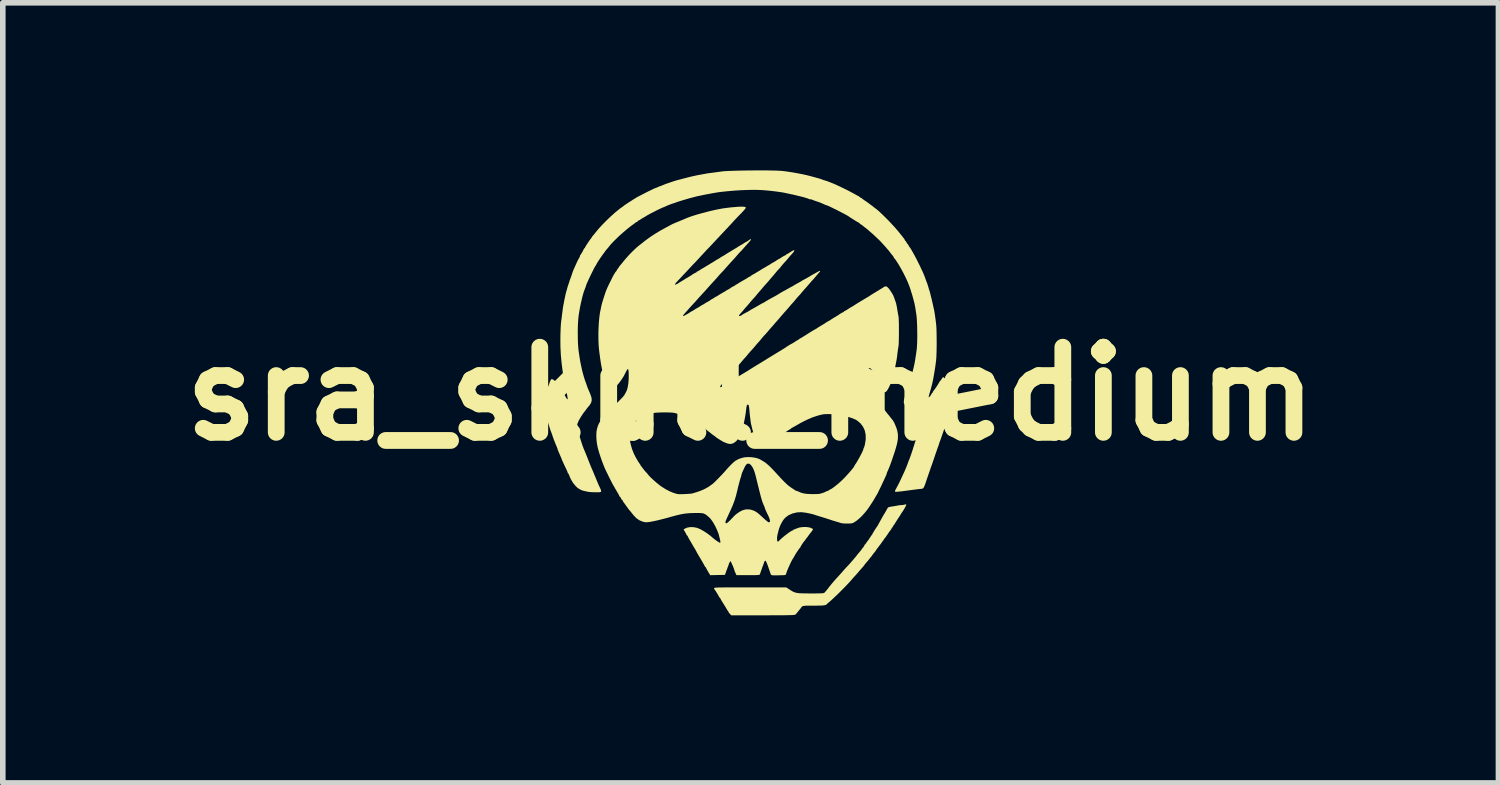
<source format=kicad_pcb>
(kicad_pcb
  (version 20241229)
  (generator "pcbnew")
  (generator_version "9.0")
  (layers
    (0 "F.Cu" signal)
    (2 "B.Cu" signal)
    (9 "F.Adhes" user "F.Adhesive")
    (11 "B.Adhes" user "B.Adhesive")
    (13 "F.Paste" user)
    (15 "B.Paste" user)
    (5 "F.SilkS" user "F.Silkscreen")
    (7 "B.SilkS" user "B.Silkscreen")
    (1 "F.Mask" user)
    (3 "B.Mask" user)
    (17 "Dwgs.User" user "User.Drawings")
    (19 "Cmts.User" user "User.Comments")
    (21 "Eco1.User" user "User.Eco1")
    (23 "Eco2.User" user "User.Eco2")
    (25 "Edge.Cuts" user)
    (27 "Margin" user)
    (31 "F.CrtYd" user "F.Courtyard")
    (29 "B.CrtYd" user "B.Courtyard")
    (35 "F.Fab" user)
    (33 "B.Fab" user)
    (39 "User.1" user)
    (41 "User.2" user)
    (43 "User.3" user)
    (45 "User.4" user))
  (footprint "sra_skull_medium"
    (layer "F.Cu")
    (at 10.385 3.999)
    (property "Reference" "sra_skull_medium" (at 0 0 0) (layer "F.SilkS") (effects (font (size 1.524 1.524) (thickness 0.3))))
    (attr board_only exclude_from_pos_files exclude_from_bom)
    (fp_poly (pts (xy 2.787 1.982) (xy 2.784 1.993) (xy 2.774 2.014) (xy 2.759 2.043) (xy 2.741 2.074) (xy 2.722 2.103) (xy 2.706 2.127) (xy 2.7 2.134) (xy 2.692 2.146) (xy 2.691 2.15) (xy 2.686 2.159) (xy 2.673 2.18) (xy 2.654 2.209) (xy 2.636 2.236) (xy 2.614 2.27) (xy 2.596 2.298) (xy 2.585 2.317) (xy 2.582 2.323) (xy 2.576 2.333) (xy 2.564 2.348) (xy 2.55 2.366) (xy 2.545 2.379) (xy 2.54 2.39) (xy 2.537 2.391) (xy 2.528 2.398) (xy 2.523 2.409) (xy 2.513 2.43) (xy 2.506 2.439) (xy 2.495 2.451) (xy 2.478 2.475) (xy 2.458 2.504) (xy 2.455 2.509) (xy 2.435 2.538) (xy 2.42 2.56) (xy 2.411 2.572) (xy 2.41 2.573) (xy 2.402 2.582) (xy 2.388 2.602) (xy 2.369 2.63) (xy 2.364 2.636) (xy 2.344 2.665) (xy 2.328 2.687) (xy 2.319 2.699) (xy 2.318 2.7) (xy 2.31 2.71) (xy 2.296 2.729) (xy 2.291 2.736) (xy 2.274 2.759) (xy 2.26 2.777) (xy 2.257 2.78) (xy 2.247 2.793) (xy 2.245 2.798) (xy 2.24 2.809) (xy 2.226 2.826) (xy 2.225 2.827) (xy 2.206 2.85) (xy 2.185 2.877) (xy 2.182 2.882) (xy 2.167 2.903) (xy 2.157 2.916) (xy 2.155 2.918) (xy 2.147 2.927) (xy 2.132 2.946) (xy 2.118 2.964) (xy 2.098 2.989) (xy 2.08 3.01) (xy 2.073 3.018) (xy 2.058 3.034) (xy 2.041 3.058) (xy 2.036 3.064) (xy 2.019 3.087) (xy 2.003 3.106) (xy 2 3.109) (xy 1.988 3.122) (xy 1.968 3.145) (xy 1.943 3.173) (xy 1.936 3.182) (xy 1.91 3.212) (xy 1.885 3.24) (xy 1.866 3.261) (xy 1.864 3.264) (xy 1.846 3.283) (xy 1.822 3.31) (xy 1.8 3.336) (xy 1.776 3.363) (xy 1.742 3.4) (xy 1.7 3.444) (xy 1.653 3.492) (xy 1.603 3.542) (xy 1.554 3.591) (xy 1.507 3.635) (xy 1.466 3.674) (xy 1.434 3.703) (xy 1.427 3.709) (xy 1.4 3.732) (xy 1.378 3.751) (xy 1.365 3.763) (xy 1.364 3.765) (xy 1.354 3.773) (xy 1.339 3.78) (xy 1.317 3.785) (xy 1.286 3.788) (xy 1.242 3.79) (xy 1.185 3.791) (xy 1.127 3.791) (xy 1.062 3.791) (xy 1.013 3.791) (xy 0.977 3.793) (xy 0.951 3.796) (xy 0.933 3.8) (xy 0.921 3.807) (xy 0.911 3.817) (xy 0.902 3.83) (xy 0.9 3.833) (xy 0.885 3.852) (xy 0.864 3.878) (xy 0.84 3.908) (xy 0.818 3.934) (xy 0.802 3.951) (xy 0.802 3.951) (xy 0.796 3.954) (xy 0.785 3.956) (xy 0.766 3.958) (xy 0.739 3.96) (xy 0.703 3.961) (xy 0.655 3.962) (xy 0.595 3.963) (xy 0.522 3.963) (xy 0.434 3.963) (xy 0.33 3.964) (xy 0.221 3.964) (xy -0.347 3.964) (xy -0.374 3.935) (xy -0.39 3.915) (xy -0.399 3.898) (xy -0.4 3.894) (xy -0.405 3.883) (xy -0.408 3.882) (xy -0.417 3.874) (xy -0.421 3.866) (xy -0.428 3.852) (xy -0.443 3.827) (xy -0.463 3.794) (xy -0.482 3.764) (xy -0.505 3.727) (xy -0.524 3.696) (xy -0.537 3.672) (xy -0.542 3.661) (xy -0.551 3.648) (xy -0.556 3.645) (xy -0.563 3.639) (xy -0.564 3.637) (xy -0.568 3.626) (xy -0.58 3.604) (xy -0.596 3.577) (xy -0.614 3.548) (xy -0.631 3.522) (xy -0.644 3.504) (xy -0.645 3.503) (xy -0.654 3.484) (xy -0.655 3.478) (xy -0.653 3.475) (xy -0.648 3.473) (xy -0.638 3.471) (xy -0.621 3.469) (xy -0.598 3.468) (xy -0.566 3.466) (xy -0.524 3.466) (xy -0.471 3.465) (xy -0.405 3.464) (xy -0.327 3.464) (xy -0.233 3.464) (xy -0.124 3.464) (xy -0.009 3.464) (xy 0.637 3.464) (xy 0.689 3.498) (xy 0.722 3.519) (xy 0.75 3.536) (xy 0.778 3.549) (xy 0.806 3.558) (xy 0.839 3.565) (xy 0.878 3.569) (xy 0.927 3.571) (xy 0.989 3.572) (xy 1.065 3.573) (xy 1.079 3.573) (xy 1.15 3.573) (xy 1.205 3.572) (xy 1.246 3.571) (xy 1.276 3.57) (xy 1.297 3.568) (xy 1.311 3.565) (xy 1.319 3.561) (xy 1.325 3.556) (xy 1.355 3.522) (xy 1.384 3.486) (xy 1.391 3.476) (xy 1.409 3.452) (xy 1.436 3.419) (xy 1.468 3.381) (xy 1.501 3.342) (xy 1.532 3.307) (xy 1.557 3.28) (xy 1.564 3.273) (xy 1.575 3.261) (xy 1.595 3.238) (xy 1.622 3.209) (xy 1.645 3.182) (xy 1.675 3.148) (xy 1.703 3.117) (xy 1.725 3.093) (xy 1.737 3.082) (xy 1.753 3.064) (xy 1.777 3.037) (xy 1.803 3.007) (xy 1.809 3) (xy 1.834 2.972) (xy 1.855 2.947) (xy 1.868 2.931) (xy 1.871 2.929) (xy 1.883 2.914) (xy 1.9 2.892) (xy 1.907 2.883) (xy 1.925 2.86) (xy 1.942 2.841) (xy 1.946 2.836) (xy 1.96 2.82) (xy 1.978 2.797) (xy 1.982 2.791) (xy 2 2.766) (xy 2.017 2.745) (xy 2.02 2.741) (xy 2.033 2.724) (xy 2.036 2.712) (xy 2.041 2.701) (xy 2.043 2.7) (xy 2.052 2.693) (xy 2.065 2.676) (xy 2.067 2.673) (xy 2.081 2.651) (xy 2.093 2.635) (xy 2.094 2.634) (xy 2.105 2.621) (xy 2.121 2.597) (xy 2.134 2.577) (xy 2.151 2.551) (xy 2.166 2.53) (xy 2.172 2.521) (xy 2.181 2.509) (xy 2.182 2.505) (xy 2.186 2.496) (xy 2.198 2.476) (xy 2.214 2.45) (xy 2.231 2.423) (xy 2.247 2.398) (xy 2.259 2.381) (xy 2.262 2.377) (xy 2.268 2.369) (xy 2.278 2.352) (xy 2.293 2.324) (xy 2.315 2.285) (xy 2.344 2.232) (xy 2.356 2.211) (xy 2.373 2.18) (xy 2.39 2.152) (xy 2.4 2.136) (xy 2.413 2.115) (xy 2.429 2.086) (xy 2.437 2.071) (xy 2.449 2.049) (xy 2.46 2.035) (xy 2.475 2.027) (xy 2.5 2.022) (xy 2.522 2.018) (xy 2.563 2.012) (xy 2.603 2.005) (xy 2.63 2) (xy 2.664 1.994) (xy 2.695 1.991) (xy 2.705 1.991) (xy 2.734 1.988) (xy 2.758 1.982) (xy 2.779 1.978)) (stroke (width 0) (type solid)) (fill yes) (layer "F.SilkS"))
    (fp_poly (pts (xy 0.279 -3.999) (xy 0.365 -3.997) (xy 0.443 -3.996) (xy 0.509 -3.993) (xy 0.562 -3.99) (xy 0.595 -3.986) (xy 0.683 -3.974) (xy 0.76 -3.962) (xy 0.833 -3.949) (xy 0.91 -3.934) (xy 0.986 -3.918) (xy 1.014 -3.911) (xy 1.05 -3.902) (xy 1.089 -3.892) (xy 1.091 -3.891) (xy 1.133 -3.88) (xy 1.175 -3.868) (xy 1.209 -3.859) (xy 1.24 -3.85) (xy 1.266 -3.841) (xy 1.277 -3.837) (xy 1.298 -3.829) (xy 1.326 -3.82) (xy 1.332 -3.818) (xy 1.36 -3.81) (xy 1.383 -3.802) (xy 1.386 -3.8) (xy 1.407 -3.792) (xy 1.434 -3.782) (xy 1.441 -3.779) (xy 1.481 -3.763) (xy 1.533 -3.74) (xy 1.592 -3.713) (xy 1.656 -3.682) (xy 1.72 -3.651) (xy 1.779 -3.62) (xy 1.83 -3.593) (xy 1.87 -3.571) (xy 1.87 -3.571) (xy 1.899 -3.554) (xy 1.923 -3.542) (xy 1.936 -3.536) (xy 1.936 -3.536) (xy 1.945 -3.53) (xy 1.945 -3.528) (xy 1.953 -3.519) (xy 1.964 -3.514) (xy 1.984 -3.503) (xy 1.993 -3.497) (xy 2.006 -3.486) (xy 2.029 -3.469) (xy 2.058 -3.449) (xy 2.064 -3.446) (xy 2.092 -3.426) (xy 2.114 -3.41) (xy 2.126 -3.401) (xy 2.127 -3.4) (xy 2.137 -3.392) (xy 2.156 -3.378) (xy 2.164 -3.373) (xy 2.184 -3.358) (xy 2.198 -3.347) (xy 2.2 -3.345) (xy 2.21 -3.337) (xy 2.227 -3.324) (xy 2.262 -3.298) (xy 2.305 -3.26) (xy 2.355 -3.213) (xy 2.41 -3.159) (xy 2.468 -3.101) (xy 2.524 -3.041) (xy 2.579 -2.982) (xy 2.628 -2.925) (xy 2.67 -2.874) (xy 2.681 -2.86) (xy 2.705 -2.83) (xy 2.725 -2.804) (xy 2.739 -2.787) (xy 2.742 -2.784) (xy 2.754 -2.766) (xy 2.759 -2.754) (xy 2.767 -2.74) (xy 2.772 -2.736) (xy 2.78 -2.729) (xy 2.79 -2.711) (xy 2.791 -2.709) (xy 2.801 -2.69) (xy 2.809 -2.682) (xy 2.81 -2.682) (xy 2.818 -2.674) (xy 2.823 -2.664) (xy 2.833 -2.643) (xy 2.839 -2.634) (xy 2.855 -2.614) (xy 2.877 -2.579) (xy 2.903 -2.533) (xy 2.933 -2.479) (xy 2.965 -2.419) (xy 2.997 -2.355) (xy 3.029 -2.291) (xy 3.058 -2.229) (xy 3.085 -2.172) (xy 3.106 -2.122) (xy 3.121 -2.082) (xy 3.123 -2.077) (xy 3.134 -2.045) (xy 3.145 -2.015) (xy 3.149 -2.005) (xy 3.16 -1.978) (xy 3.17 -1.946) (xy 3.173 -1.936) (xy 3.184 -1.9) (xy 3.195 -1.862) (xy 3.198 -1.855) (xy 3.208 -1.822) (xy 3.217 -1.79) (xy 3.218 -1.782) (xy 3.225 -1.754) (xy 3.234 -1.719) (xy 3.239 -1.7) (xy 3.248 -1.661) (xy 3.258 -1.617) (xy 3.263 -1.595) (xy 3.27 -1.56) (xy 3.278 -1.526) (xy 3.282 -1.509) (xy 3.287 -1.484) (xy 3.293 -1.448) (xy 3.299 -1.41) (xy 3.299 -1.409) (xy 3.305 -1.366) (xy 3.312 -1.315) (xy 3.318 -1.266) (xy 3.319 -1.259) (xy 3.323 -1.22) (xy 3.326 -1.167) (xy 3.328 -1.102) (xy 3.329 -1.029) (xy 3.33 -0.951) (xy 3.33 -0.872) (xy 3.329 -0.796) (xy 3.327 -0.725) (xy 3.325 -0.663) (xy 3.321 -0.613) (xy 3.319 -0.591) (xy 3.304 -0.478) (xy 3.287 -0.374) (xy 3.271 -0.281) (xy 3.255 -0.201) (xy 3.244 -0.159) (xy 3.236 -0.126) (xy 3.227 -0.094) (xy 3.227 -0.091) (xy 3.219 -0.065) (xy 3.209 -0.03) (xy 3.2 -0.001) (xy 3.192 0.029) (xy 3.187 0.052) (xy 3.186 0.062) (xy 3.194 0.059) (xy 3.208 0.046) (xy 3.222 0.029) (xy 3.233 0.012) (xy 3.236 0.002) (xy 3.242 -0.008) (xy 3.245 -0.009) (xy 3.254 -0.017) (xy 3.259 -0.027) (xy 3.269 -0.048) (xy 3.276 -0.057) (xy 3.288 -0.072) (xy 3.306 -0.097) (xy 3.326 -0.126) (xy 3.346 -0.157) (xy 3.364 -0.186) (xy 3.377 -0.207) (xy 3.382 -0.218) (xy 3.387 -0.227) (xy 3.389 -0.228) (xy 3.397 -0.235) (xy 3.411 -0.253) (xy 3.418 -0.264) (xy 3.432 -0.285) (xy 3.443 -0.298) (xy 3.446 -0.3) (xy 3.459 -0.292) (xy 3.478 -0.271) (xy 3.499 -0.241) (xy 3.522 -0.204) (xy 3.542 -0.165) (xy 3.559 -0.128) (xy 3.568 -0.102) (xy 3.578 -0.066) (xy 3.589 -0.031) (xy 3.593 -0.015) (xy 3.597 0.008) (xy 3.601 0.045) (xy 3.603 0.088) (xy 3.603 0.121) (xy 3.603 0.156) (xy 3.602 0.184) (xy 3.6 0.209) (xy 3.595 0.235) (xy 3.587 0.265) (xy 3.576 0.302) (xy 3.56 0.351) (xy 3.543 0.4) (xy 3.508 0.504) (xy 3.478 0.592) (xy 3.453 0.665) (xy 3.433 0.724) (xy 3.417 0.77) (xy 3.405 0.804) (xy 3.397 0.827) (xy 3.392 0.84) (xy 3.391 0.841) (xy 3.383 0.861) (xy 3.375 0.889) (xy 3.373 0.895) (xy 3.364 0.923) (xy 3.356 0.946) (xy 3.354 0.95) (xy 3.348 0.966) (xy 3.338 0.995) (xy 3.325 1.032) (xy 3.314 1.064) (xy 3.297 1.114) (xy 3.277 1.173) (xy 3.257 1.231) (xy 3.246 1.264) (xy 3.228 1.312) (xy 3.208 1.371) (xy 3.186 1.434) (xy 3.166 1.493) (xy 3.162 1.505) (xy 3.141 1.567) (xy 3.125 1.614) (xy 3.112 1.648) (xy 3.101 1.672) (xy 3.09 1.687) (xy 3.078 1.695) (xy 3.063 1.7) (xy 3.044 1.702) (xy 3.029 1.703) (xy 2.986 1.708) (xy 2.937 1.714) (xy 2.905 1.718) (xy 2.832 1.728) (xy 2.756 1.738) (xy 2.684 1.747) (xy 2.639 1.751) (xy 2.605 1.754) (xy 2.587 1.751) (xy 2.583 1.74) (xy 2.592 1.719) (xy 2.601 1.703) (xy 2.628 1.652) (xy 2.659 1.592) (xy 2.691 1.525) (xy 2.723 1.456) (xy 2.754 1.389) (xy 2.78 1.328) (xy 2.801 1.276) (xy 2.809 1.255) (xy 2.823 1.214) (xy 2.836 1.182) (xy 2.844 1.164) (xy 2.854 1.137) (xy 2.868 1.097) (xy 2.885 1.047) (xy 2.904 0.99) (xy 2.922 0.931) (xy 2.941 0.872) (xy 2.957 0.818) (xy 2.97 0.772) (xy 2.973 0.758) (xy 2.991 0.684) (xy 3 0.625) (xy 3.002 0.577) (xy 2.996 0.537) (xy 2.983 0.505) (xy 2.983 0.505) (xy 2.964 0.474) (xy 2.945 0.445) (xy 2.928 0.421) (xy 2.918 0.409) (xy 2.91 0.399) (xy 2.896 0.38) (xy 2.891 0.373) (xy 2.876 0.352) (xy 2.866 0.338) (xy 2.864 0.336) (xy 2.856 0.327) (xy 2.842 0.308) (xy 2.836 0.3) (xy 2.822 0.279) (xy 2.811 0.266) (xy 2.809 0.264) (xy 2.791 0.244) (xy 2.771 0.215) (xy 2.753 0.186) (xy 2.743 0.162) (xy 2.742 0.158) (xy 2.742 0.134) (xy 2.748 0.098) (xy 2.76 0.054) (xy 2.776 0.006) (xy 2.794 -0.041) (xy 2.81 -0.075) (xy 2.817 -0.097) (xy 2.818 -0.107) (xy 2.821 -0.125) (xy 2.825 -0.131) (xy 2.83 -0.143) (xy 2.84 -0.172) (xy 2.852 -0.215) (xy 2.867 -0.271) (xy 2.878 -0.314) (xy 2.887 -0.35) (xy 2.896 -0.384) (xy 2.9 -0.402) (xy 2.909 -0.436) (xy 2.918 -0.47) (xy 2.918 -0.47) (xy 2.927 -0.512) (xy 2.937 -0.56) (xy 2.947 -0.619) (xy 2.958 -0.689) (xy 2.97 -0.775) (xy 2.973 -0.798) (xy 2.977 -0.842) (xy 2.98 -0.901) (xy 2.982 -0.969) (xy 2.983 -1.045) (xy 2.982 -1.123) (xy 2.981 -1.2) (xy 2.978 -1.272) (xy 2.975 -1.335) (xy 2.97 -1.386) (xy 2.969 -1.4) (xy 2.957 -1.477) (xy 2.948 -1.539) (xy 2.939 -1.586) (xy 2.932 -1.622) (xy 2.928 -1.636) (xy 2.921 -1.663) (xy 2.912 -1.698) (xy 2.905 -1.723) (xy 2.896 -1.756) (xy 2.887 -1.785) (xy 2.883 -1.8) (xy 2.875 -1.823) (xy 2.866 -1.853) (xy 2.863 -1.864) (xy 2.842 -1.925) (xy 2.813 -1.998) (xy 2.777 -2.077) (xy 2.736 -2.16) (xy 2.692 -2.241) (xy 2.648 -2.317) (xy 2.606 -2.382) (xy 2.59 -2.405) (xy 2.576 -2.421) (xy 2.571 -2.426) (xy 2.564 -2.436) (xy 2.564 -2.439) (xy 2.558 -2.453) (xy 2.544 -2.472) (xy 2.54 -2.477) (xy 2.518 -2.503) (xy 2.496 -2.532) (xy 2.492 -2.536) (xy 2.477 -2.557) (xy 2.466 -2.57) (xy 2.464 -2.573) (xy 2.456 -2.581) (xy 2.44 -2.6) (xy 2.418 -2.626) (xy 2.409 -2.636) (xy 2.315 -2.739) (xy 2.205 -2.843) (xy 2.182 -2.864) (xy 2.152 -2.89) (xy 2.125 -2.913) (xy 2.107 -2.929) (xy 2.102 -2.934) (xy 2.087 -2.947) (xy 2.065 -2.964) (xy 2.056 -2.971) (xy 2.033 -2.988) (xy 2.015 -3.003) (xy 2.011 -3.006) (xy 1.995 -3.019) (xy 1.973 -3.033) (xy 1.972 -3.033) (xy 1.954 -3.046) (xy 1.946 -3.056) (xy 1.945 -3.057) (xy 1.939 -3.063) (xy 1.937 -3.064) (xy 1.927 -3.068) (xy 1.905 -3.08) (xy 1.876 -3.098) (xy 1.842 -3.119) (xy 1.809 -3.14) (xy 1.778 -3.16) (xy 1.754 -3.176) (xy 1.75 -3.18) (xy 1.734 -3.189) (xy 1.706 -3.205) (xy 1.668 -3.225) (xy 1.624 -3.248) (xy 1.576 -3.273) (xy 1.527 -3.298) (xy 1.479 -3.321) (xy 1.437 -3.342) (xy 1.402 -3.358) (xy 1.378 -3.369) (xy 1.367 -3.373) (xy 1.353 -3.376) (xy 1.331 -3.385) (xy 1.331 -3.385) (xy 1.274 -3.411) (xy 1.218 -3.433) (xy 1.182 -3.445) (xy 1.149 -3.456) (xy 1.122 -3.466) (xy 1.107 -3.473) (xy 1.085 -3.48) (xy 1.07 -3.482) (xy 1.051 -3.484) (xy 1.042 -3.488) (xy 1.03 -3.494) (xy 1.002 -3.503) (xy 0.963 -3.515) (xy 0.915 -3.528) (xy 0.862 -3.541) (xy 0.805 -3.555) (xy 0.749 -3.568) (xy 0.727 -3.572) (xy 0.692 -3.58) (xy 0.653 -3.588) (xy 0.641 -3.591) (xy 0.577 -3.604) (xy 0.498 -3.616) (xy 0.405 -3.628) (xy 0.302 -3.639) (xy 0.219 -3.646) (xy 0.159 -3.649) (xy 0.085 -3.651) (xy 0.000025 -3.65) (xy -0.091 -3.648) (xy -0.185 -3.644) (xy -0.277 -3.638) (xy -0.363 -3.631) (xy -0.405 -3.627) (xy -0.449 -3.623) (xy -0.494 -3.618) (xy -0.532 -3.614) (xy -0.532 -3.614) (xy -0.572 -3.609) (xy -0.627 -3.6) (xy -0.69 -3.589) (xy -0.759 -3.576) (xy -0.828 -3.563) (xy -0.894 -3.549) (xy -0.953 -3.537) (xy -0.993 -3.527) (xy -1.057 -3.51) (xy -1.103 -3.498) (xy -1.127 -3.491) (xy -1.147 -3.485) (xy -1.178 -3.476) (xy -1.214 -3.465) (xy -1.218 -3.464) (xy -1.257 -3.452) (xy -1.294 -3.44) (xy -1.322 -3.431) (xy -1.323 -3.43) (xy -1.353 -3.419) (xy -1.39 -3.407) (xy -1.411 -3.4) (xy -1.45 -3.386) (xy -1.492 -3.369) (xy -1.513 -3.36) (xy -1.54 -3.347) (xy -1.56 -3.339) (xy -1.568 -3.336) (xy -1.579 -3.332) (xy -1.603 -3.321) (xy -1.636 -3.305) (xy -1.676 -3.286) (xy -1.719 -3.264) (xy -1.762 -3.242) (xy -1.803 -3.221) (xy -1.836 -3.202) (xy -1.861 -3.189) (xy -1.872 -3.181) (xy -1.873 -3.181) (xy -1.883 -3.174) (xy -1.903 -3.162) (xy -1.918 -3.154) (xy -1.944 -3.139) (xy -1.964 -3.126) (xy -1.971 -3.121) (xy -1.989 -3.109) (xy -2 -3.105) (xy -2.015 -3.097) (xy -2.018 -3.091) (xy -2.026 -3.082) (xy -2.036 -3.077) (xy -2.057 -3.067) (xy -2.066 -3.06) (xy -2.08 -3.048) (xy -2.102 -3.032) (xy -2.109 -3.027) (xy -2.126 -3.016) (xy -2.14 -3.005) (xy -2.154 -2.994) (xy -2.172 -2.98) (xy -2.197 -2.96) (xy -2.231 -2.932) (xy -2.253 -2.913) (xy -2.302 -2.871) (xy -2.353 -2.825) (xy -2.403 -2.777) (xy -2.449 -2.732) (xy -2.488 -2.691) (xy -2.517 -2.658) (xy -2.523 -2.65) (xy -2.542 -2.626) (xy -2.558 -2.606) (xy -2.564 -2.6) (xy -2.579 -2.583) (xy -2.601 -2.555) (xy -2.627 -2.519) (xy -2.656 -2.479) (xy -2.685 -2.438) (xy -2.712 -2.398) (xy -2.735 -2.362) (xy -2.753 -2.333) (xy -2.762 -2.315) (xy -2.764 -2.31) (xy -2.77 -2.299) (xy -2.771 -2.298) (xy -2.778 -2.289) (xy -2.791 -2.267) (xy -2.809 -2.233) (xy -2.829 -2.192) (xy -2.852 -2.146) (xy -2.875 -2.098) (xy -2.897 -2.052) (xy -2.916 -2.01) (xy -2.932 -1.974) (xy -2.942 -1.949) (xy -2.945 -1.937) (xy -2.949 -1.925) (xy -2.957 -1.902) (xy -2.964 -1.885) (xy -2.986 -1.826) (xy -3.007 -1.754) (xy -3.02 -1.7) (xy -3.028 -1.665) (xy -3.036 -1.629) (xy -3.038 -1.623) (xy -3.048 -1.576) (xy -3.058 -1.523) (xy -3.069 -1.46) (xy -3.079 -1.395) (xy -3.085 -1.336) (xy -3.09 -1.263) (xy -3.093 -1.181) (xy -3.094 -1.094) (xy -3.093 -1.005) (xy -3.091 -0.92) (xy -3.086 -0.843) (xy -3.08 -0.777) (xy -3.077 -0.755) (xy -3.067 -0.689) (xy -3.059 -0.638) (xy -3.053 -0.598) (xy -3.047 -0.567) (xy -3.042 -0.541) (xy -3.037 -0.518) (xy -3.037 -0.516) (xy -3.029 -0.48) (xy -3.021 -0.443) (xy -3.019 -0.434) (xy -3.01 -0.396) (xy -2.998 -0.352) (xy -2.985 -0.306) (xy -2.972 -0.264) (xy -2.961 -0.231) (xy -2.955 -0.214) (xy -2.947 -0.195) (xy -2.937 -0.166) (xy -2.932 -0.15) (xy -2.921 -0.118) (xy -2.909 -0.088) (xy -2.905 -0.077) (xy -2.895 -0.055) (xy -2.881 -0.023) (xy -2.868 0.009) (xy -2.848 0.066) (xy -2.844 0.116) (xy -2.856 0.162) (xy -2.884 0.206) (xy -2.898 0.223) (xy -2.921 0.249) (xy -2.943 0.279) (xy -2.945 0.282) (xy -2.96 0.303) (xy -2.971 0.316) (xy -2.973 0.318) (xy -2.983 0.331) (xy -3 0.355) (xy -3.021 0.386) (xy -3.043 0.421) (xy -3.063 0.456) (xy -3.08 0.485) (xy -3.081 0.489) (xy -3.1 0.535) (xy -3.109 0.581) (xy -3.108 0.621) (xy -3.101 0.643) (xy -3.095 0.658) (xy -3.085 0.686) (xy -3.073 0.723) (xy -3.063 0.755) (xy -3.05 0.798) (xy -3.037 0.839) (xy -3.027 0.871) (xy -3.022 0.886) (xy -3.01 0.923) (xy -2.993 0.968) (xy -2.974 1.015) (xy -2.959 1.05) (xy -2.951 1.069) (xy -2.939 1.1) (xy -2.923 1.14) (xy -2.906 1.184) (xy -2.905 1.186) (xy -2.887 1.231) (xy -2.871 1.271) (xy -2.858 1.304) (xy -2.849 1.324) (xy -2.849 1.325) (xy -2.822 1.387) (xy -2.799 1.442) (xy -2.797 1.448) (xy -2.783 1.48) (xy -2.766 1.522) (xy -2.747 1.567) (xy -2.731 1.606) (xy -2.73 1.609) (xy -2.718 1.636) (xy -2.702 1.67) (xy -2.693 1.689) (xy -2.679 1.721) (xy -2.675 1.742) (xy -2.682 1.755) (xy -2.703 1.761) (xy -2.739 1.762) (xy -2.761 1.762) (xy -2.802 1.761) (xy -2.839 1.76) (xy -2.867 1.758) (xy -2.873 1.758) (xy -2.905 1.754) (xy -2.941 1.747) (xy -2.977 1.739) (xy -3.005 1.732) (xy -3.018 1.727) (xy -3.036 1.719) (xy -3.059 1.708) (xy -3.097 1.684) (xy -3.136 1.646) (xy -3.175 1.598) (xy -3.208 1.545) (xy -3.218 1.526) (xy -3.234 1.492) (xy -3.246 1.463) (xy -3.254 1.443) (xy -3.255 1.439) (xy -3.26 1.428) (xy -3.264 1.427) (xy -3.272 1.42) (xy -3.273 1.416) (xy -3.276 1.402) (xy -3.286 1.378) (xy -3.299 1.35) (xy -3.318 1.31) (xy -3.337 1.269) (xy -3.355 1.231) (xy -3.369 1.199) (xy -3.379 1.177) (xy -3.382 1.168) (xy -3.383 1.164) (xy -3.386 1.154) (xy -3.394 1.137) (xy -3.406 1.11) (xy -3.423 1.07) (xy -3.435 1.043) (xy -3.446 1.017) (xy -3.453 0.997) (xy -3.455 0.991) (xy -3.458 0.978) (xy -3.467 0.955) (xy -3.472 0.943) (xy -3.49 0.901) (xy -3.51 0.85) (xy -3.53 0.798) (xy -3.546 0.752) (xy -3.551 0.736) (xy -3.561 0.708) (xy -3.57 0.683) (xy -3.573 0.677) (xy -3.581 0.656) (xy -3.59 0.629) (xy -3.59 0.627) (xy -3.599 0.599) (xy -3.61 0.565) (xy -3.615 0.55) (xy -3.65 0.43) (xy -3.674 0.321) (xy -3.688 0.223) (xy -3.691 0.151) (xy -3.69 0.097) (xy -3.687 0.053) (xy -3.68 0.014) (xy -3.669 -0.025) (xy -3.651 -0.07) (xy -3.628 -0.121) (xy -3.615 -0.152) (xy -3.605 -0.177) (xy -3.6 -0.191) (xy -3.6 -0.191) (xy -3.596 -0.206) (xy -3.592 -0.216) (xy -3.582 -0.238) (xy -3.578 -0.248) (xy -3.567 -0.262) (xy -3.547 -0.261) (xy -3.523 -0.248) (xy -3.503 -0.23) (xy -3.482 -0.205) (xy -3.455 -0.168) (xy -3.423 -0.123) (xy -3.39 -0.074) (xy -3.359 -0.024) (xy -3.33 0.022) (xy -3.318 0.043) (xy -3.299 0.075) (xy -3.286 0.093) (xy -3.278 0.098) (xy -3.274 0.088) (xy -3.277 0.063) (xy -3.284 0.023) (xy -3.296 -0.034) (xy -3.311 -0.095) (xy -3.319 -0.135) (xy -3.329 -0.188) (xy -3.34 -0.249) (xy -3.351 -0.312) (xy -3.36 -0.373) (xy -3.364 -0.4) (xy -3.384 -0.557) (xy -3.397 -0.702) (xy -3.404 -0.842) (xy -3.405 -0.982) (xy -3.404 -1.059) (xy -3.402 -1.119) (xy -3.4 -1.176) (xy -3.397 -1.228) (xy -3.394 -1.268) (xy -3.391 -1.295) (xy -3.391 -1.295) (xy -3.386 -1.33) (xy -3.38 -1.375) (xy -3.375 -1.422) (xy -3.373 -1.436) (xy -3.367 -1.48) (xy -3.362 -1.524) (xy -3.356 -1.559) (xy -3.355 -1.568) (xy -3.346 -1.614) (xy -3.337 -1.663) (xy -3.327 -1.712) (xy -3.317 -1.758) (xy -3.309 -1.795) (xy -3.302 -1.821) (xy -3.301 -1.827) (xy -3.293 -1.85) (xy -3.285 -1.881) (xy -3.282 -1.891) (xy -3.274 -1.92) (xy -3.266 -1.944) (xy -3.264 -1.95) (xy -3.257 -1.97) (xy -3.248 -1.998) (xy -3.246 -2.005) (xy -3.237 -2.032) (xy -3.229 -2.055) (xy -3.227 -2.059) (xy -3.22 -2.077) (xy -3.21 -2.106) (xy -3.2 -2.136) (xy -3.189 -2.169) (xy -3.179 -2.197) (xy -3.167 -2.226) (xy -3.151 -2.262) (xy -3.13 -2.309) (xy -3.116 -2.34) (xy -3.103 -2.368) (xy -3.097 -2.382) (xy -3.084 -2.407) (xy -3.071 -2.429) (xy -3.059 -2.45) (xy -3.055 -2.467) (xy -3.051 -2.481) (xy -3.048 -2.483) (xy -3.04 -2.493) (xy -3.027 -2.514) (xy -3.011 -2.541) (xy -2.995 -2.572) (xy -2.987 -2.589) (xy -2.977 -2.604) (xy -2.97 -2.609) (xy -2.964 -2.616) (xy -2.964 -2.619) (xy -2.959 -2.63) (xy -2.946 -2.652) (xy -2.928 -2.68) (xy -2.907 -2.711) (xy -2.887 -2.741) (xy -2.869 -2.766) (xy -2.857 -2.78) (xy -2.847 -2.794) (xy -2.845 -2.798) (xy -2.84 -2.809) (xy -2.827 -2.826) (xy -2.825 -2.828) (xy -2.807 -2.848) (xy -2.785 -2.876) (xy -2.773 -2.891) (xy -2.72 -2.955) (xy -2.656 -3.025) (xy -2.583 -3.099) (xy -2.507 -3.172) (xy -2.429 -3.242) (xy -2.355 -3.303) (xy -2.339 -3.315) (xy -2.316 -3.332) (xy -2.309 -3.336) (xy -2.288 -3.351) (xy -2.275 -3.361) (xy -2.273 -3.363) (xy -2.262 -3.372) (xy -2.24 -3.387) (xy -2.209 -3.408) (xy -2.172 -3.432) (xy -2.133 -3.457) (xy -2.096 -3.481) (xy -2.063 -3.501) (xy -2.039 -3.516) (xy -2.036 -3.517) (xy -2.008 -3.533) (xy -1.971 -3.552) (xy -1.928 -3.574) (xy -1.882 -3.598) (xy -1.836 -3.621) (xy -1.793 -3.642) (xy -1.755 -3.66) (xy -1.727 -3.674) (xy -1.71 -3.681) (xy -1.707 -3.682) (xy -1.695 -3.685) (xy -1.673 -3.695) (xy -1.661 -3.7) (xy -1.637 -3.711) (xy -1.62 -3.717) (xy -1.616 -3.718) (xy -1.604 -3.722) (xy -1.582 -3.731) (xy -1.57 -3.736) (xy -1.543 -3.747) (xy -1.503 -3.762) (xy -1.456 -3.778) (xy -1.407 -3.795) (xy -1.361 -3.81) (xy -1.322 -3.822) (xy -1.3 -3.828) (xy -1.278 -3.833) (xy -1.244 -3.842) (xy -1.203 -3.853) (xy -1.164 -3.863) (xy -1.091 -3.882) (xy -1.021 -3.898) (xy -0.946 -3.914) (xy -0.868 -3.928) (xy -0.836 -3.934) (xy -0.808 -3.939) (xy -0.795 -3.942) (xy -0.778 -3.945) (xy -0.748 -3.949) (xy -0.712 -3.954) (xy -0.705 -3.955) (xy -0.663 -3.96) (xy -0.612 -3.967) (xy -0.559 -3.974) (xy -0.532 -3.978) (xy -0.492 -3.983) (xy -0.436 -3.987) (xy -0.367 -3.99) (xy -0.287 -3.993) (xy -0.2 -3.995) (xy -0.106 -3.997) (xy -0.009 -3.998) (xy 0.089 -3.999) (xy 0.186 -3.999)) (stroke (width 0) (type solid)) (fill yes) (layer "F.SilkS"))
    (fp_poly (pts (xy -0.124 -3.349) (xy -0.097 -3.344) (xy -0.086 -3.336) (xy -0.089 -3.324) (xy -0.106 -3.301) (xy -0.136 -3.266) (xy -0.18 -3.22) (xy -0.2 -3.2) (xy -0.233 -3.166) (xy -0.268 -3.129) (xy -0.295 -3.1) (xy -0.315 -3.078) (xy -0.345 -3.045) (xy -0.382 -3.006) (xy -0.423 -2.961) (xy -0.466 -2.916) (xy -0.472 -2.909) (xy -0.516 -2.863) (xy -0.559 -2.817) (xy -0.599 -2.774) (xy -0.633 -2.738) (xy -0.657 -2.712) (xy -0.659 -2.71) (xy -0.689 -2.678) (xy -0.718 -2.647) (xy -0.741 -2.622) (xy -0.745 -2.618) (xy -0.762 -2.601) (xy -0.789 -2.573) (xy -0.822 -2.537) (xy -0.858 -2.498) (xy -0.882 -2.473) (xy -0.918 -2.433) (xy -0.952 -2.397) (xy -0.98 -2.366) (xy -1.001 -2.345) (xy -1.009 -2.336) (xy -1.023 -2.322) (xy -1.046 -2.298) (xy -1.077 -2.265) (xy -1.112 -2.227) (xy -1.145 -2.191) (xy -1.186 -2.148) (xy -1.227 -2.104) (xy -1.265 -2.064) (xy -1.296 -2.031) (xy -1.312 -2.014) (xy -1.339 -1.985) (xy -1.352 -1.965) (xy -1.352 -1.955) (xy -1.339 -1.956) (xy -1.32 -1.965) (xy -1.301 -1.975) (xy -1.291 -1.982) (xy -1.282 -1.988) (xy -1.26 -2.002) (xy -1.228 -2.021) (xy -1.19 -2.044) (xy -1.173 -2.055) (xy -1.132 -2.079) (xy -1.097 -2.1) (xy -1.071 -2.116) (xy -1.057 -2.125) (xy -1.055 -2.127) (xy -1.041 -2.137) (xy -1.019 -2.15) (xy -0.996 -2.163) (xy -0.98 -2.17) (xy -0.966 -2.178) (xy -0.964 -2.183) (xy -0.957 -2.191) (xy -0.954 -2.191) (xy -0.94 -2.196) (xy -0.92 -2.208) (xy -0.92 -2.208) (xy -0.896 -2.224) (xy -0.867 -2.241) (xy -0.858 -2.247) (xy -0.823 -2.267) (xy -0.784 -2.291) (xy -0.744 -2.315) (xy -0.706 -2.338) (xy -0.673 -2.358) (xy -0.649 -2.373) (xy -0.637 -2.381) (xy -0.636 -2.381) (xy -0.626 -2.388) (xy -0.606 -2.4) (xy -0.591 -2.408) (xy -0.567 -2.422) (xy -0.55 -2.432) (xy -0.545 -2.436) (xy -0.535 -2.444) (xy -0.523 -2.451) (xy -0.487 -2.471) (xy -0.465 -2.484) (xy -0.455 -2.491) (xy -0.455 -2.491) (xy -0.445 -2.497) (xy -0.424 -2.511) (xy -0.392 -2.53) (xy -0.353 -2.553) (xy -0.336 -2.564) (xy -0.296 -2.588) (xy -0.261 -2.609) (xy -0.235 -2.625) (xy -0.22 -2.635) (xy -0.218 -2.636) (xy -0.208 -2.643) (xy -0.188 -2.655) (xy -0.173 -2.663) (xy -0.148 -2.677) (xy -0.132 -2.687) (xy -0.127 -2.69) (xy -0.117 -2.698) (xy -0.102 -2.707) (xy -0.077 -2.721) (xy -0.061 -2.73) (xy -0.044 -2.74) (xy -0.036 -2.746) (xy -0.026 -2.754) (xy -0.011 -2.763) (xy 0.005 -2.769) (xy 0.008 -2.763) (xy -0.002 -2.746) (xy -0.026 -2.718) (xy -0.04 -2.703) (xy -0.068 -2.671) (xy -0.097 -2.639) (xy -0.119 -2.614) (xy -0.119 -2.614) (xy -0.145 -2.584) (xy -0.173 -2.554) (xy -0.182 -2.545) (xy -0.208 -2.518) (xy -0.233 -2.489) (xy -0.24 -2.482) (xy -0.256 -2.463) (xy -0.281 -2.434) (xy -0.312 -2.4) (xy -0.345 -2.364) (xy -0.345 -2.364) (xy -0.378 -2.328) (xy -0.409 -2.293) (xy -0.434 -2.265) (xy -0.451 -2.246) (xy -0.451 -2.246) (xy -0.473 -2.22) (xy -0.5 -2.191) (xy -0.514 -2.177) (xy -0.541 -2.148) (xy -0.569 -2.117) (xy -0.58 -2.104) (xy -0.604 -2.076) (xy -0.633 -2.044) (xy -0.648 -2.027) (xy -0.67 -2.004) (xy -0.699 -1.972) (xy -0.733 -1.934) (xy -0.764 -1.9) (xy -0.794 -1.866) (xy -0.821 -1.836) (xy -0.842 -1.813) (xy -0.854 -1.8) (xy -0.855 -1.8) (xy -0.866 -1.788) (xy -0.886 -1.765) (xy -0.913 -1.736) (xy -0.937 -1.709) (xy -0.966 -1.676) (xy -0.994 -1.645) (xy -1.016 -1.621) (xy -1.027 -1.609) (xy -1.043 -1.592) (xy -1.067 -1.566) (xy -1.095 -1.535) (xy -1.109 -1.519) (xy -1.137 -1.487) (xy -1.163 -1.458) (xy -1.182 -1.436) (xy -1.189 -1.429) (xy -1.204 -1.411) (xy -1.209 -1.396) (xy -1.205 -1.391) (xy -1.195 -1.395) (xy -1.176 -1.405) (xy -1.17 -1.408) (xy -1.143 -1.423) (xy -1.119 -1.437) (xy -1.117 -1.438) (xy -1.099 -1.449) (xy -1.091 -1.455) (xy -1.081 -1.462) (xy -1.06 -1.474) (xy -1.045 -1.482) (xy -1.021 -1.496) (xy -1.004 -1.506) (xy -1 -1.509) (xy -0.989 -1.517) (xy -0.975 -1.525) (xy -0.95 -1.539) (xy -0.934 -1.548) (xy -0.917 -1.558) (xy -0.909 -1.564) (xy -0.898 -1.571) (xy -0.884 -1.58) (xy -0.859 -1.594) (xy -0.843 -1.602) (xy -0.826 -1.613) (xy -0.818 -1.618) (xy -0.807 -1.626) (xy -0.795 -1.633) (xy -0.76 -1.652) (xy -0.739 -1.665) (xy -0.728 -1.672) (xy -0.727 -1.673) (xy -0.717 -1.68) (xy -0.697 -1.693) (xy -0.682 -1.701) (xy -0.658 -1.715) (xy -0.642 -1.726) (xy -0.638 -1.73) (xy -0.627 -1.736) (xy -0.626 -1.736) (xy -0.614 -1.741) (xy -0.593 -1.753) (xy -0.579 -1.762) (xy -0.546 -1.783) (xy -0.51 -1.804) (xy -0.5 -1.81) (xy -0.476 -1.823) (xy -0.459 -1.833) (xy -0.455 -1.836) (xy -0.444 -1.844) (xy -0.42 -1.858) (xy -0.386 -1.876) (xy -0.37 -1.886) (xy -0.364 -1.891) (xy -0.35 -1.901) (xy -0.327 -1.914) (xy -0.304 -1.927) (xy -0.289 -1.933) (xy -0.275 -1.941) (xy -0.273 -1.947) (xy -0.266 -1.954) (xy -0.263 -1.955) (xy -0.249 -1.959) (xy -0.229 -1.971) (xy -0.229 -1.972) (xy -0.204 -1.988) (xy -0.176 -2.005) (xy -0.17 -2.008) (xy -0.139 -2.026) (xy -0.106 -2.045) (xy -0.102 -2.047) (xy -0.074 -2.063) (xy -0.048 -2.08) (xy -0.044 -2.083) (xy -0.024 -2.095) (xy -0.01 -2.1) (xy -0.01 -2.1) (xy -0.000427 -2.105) (xy 0 -2.107) (xy 0.007 -2.114) (xy 0.026 -2.127) (xy 0.043 -2.136) (xy 0.068 -2.15) (xy 0.086 -2.16) (xy 0.091 -2.163) (xy 0.101 -2.17) (xy 0.122 -2.183) (xy 0.158 -2.203) (xy 0.159 -2.204) (xy 0.175 -2.214) (xy 0.182 -2.219) (xy 0.192 -2.226) (xy 0.212 -2.238) (xy 0.227 -2.246) (xy 0.252 -2.26) (xy 0.268 -2.27) (xy 0.273 -2.273) (xy 0.283 -2.279) (xy 0.303 -2.291) (xy 0.318 -2.299) (xy 0.342 -2.313) (xy 0.359 -2.323) (xy 0.364 -2.327) (xy 0.374 -2.335) (xy 0.389 -2.343) (xy 0.414 -2.357) (xy 0.43 -2.366) (xy 0.447 -2.376) (xy 0.455 -2.382) (xy 0.465 -2.389) (xy 0.485 -2.402) (xy 0.5 -2.41) (xy 0.524 -2.423) (xy 0.541 -2.433) (xy 0.545 -2.436) (xy 0.559 -2.446) (xy 0.582 -2.46) (xy 0.605 -2.472) (xy 0.62 -2.479) (xy 0.634 -2.487) (xy 0.636 -2.492) (xy 0.643 -2.5) (xy 0.646 -2.5) (xy 0.66 -2.505) (xy 0.68 -2.517) (xy 0.68 -2.517) (xy 0.702 -2.531) (xy 0.727 -2.547) (xy 0.752 -2.561) (xy 0.771 -2.57) (xy 0.778 -2.573) (xy 0.783 -2.567) (xy 0.777 -2.551) (xy 0.761 -2.529) (xy 0.748 -2.513) (xy 0.723 -2.486) (xy 0.694 -2.453) (xy 0.673 -2.427) (xy 0.647 -2.396) (xy 0.62 -2.366) (xy 0.601 -2.346) (xy 0.577 -2.318) (xy 0.552 -2.289) (xy 0.547 -2.282) (xy 0.526 -2.255) (xy 0.504 -2.231) (xy 0.5 -2.227) (xy 0.481 -2.207) (xy 0.458 -2.18) (xy 0.443 -2.162) (xy 0.422 -2.137) (xy 0.405 -2.116) (xy 0.397 -2.107) (xy 0.386 -2.095) (xy 0.367 -2.073) (xy 0.344 -2.045) (xy 0.336 -2.036) (xy 0.312 -2.007) (xy 0.29 -1.983) (xy 0.275 -1.966) (xy 0.273 -1.964) (xy 0.261 -1.951) (xy 0.241 -1.928) (xy 0.217 -1.9) (xy 0.209 -1.891) (xy 0.185 -1.862) (xy 0.164 -1.838) (xy 0.151 -1.823) (xy 0.148 -1.82) (xy 0.137 -1.807) (xy 0.118 -1.785) (xy 0.103 -1.766) (xy 0.08 -1.738) (xy 0.057 -1.712) (xy 0.045 -1.7) (xy 0.027 -1.68) (xy 0.004 -1.653) (xy -0.013 -1.633) (xy -0.035 -1.606) (xy -0.056 -1.582) (xy -0.067 -1.569) (xy -0.083 -1.552) (xy -0.105 -1.527) (xy -0.127 -1.5) (xy -0.151 -1.471) (xy -0.174 -1.446) (xy -0.189 -1.429) (xy -0.206 -1.407) (xy -0.208 -1.394) (xy -0.196 -1.392) (xy -0.172 -1.401) (xy -0.17 -1.402) (xy -0.153 -1.413) (xy -0.145 -1.418) (xy -0.136 -1.425) (xy -0.114 -1.437) (xy -0.085 -1.452) (xy -0.082 -1.454) (xy -0.052 -1.47) (xy -0.03 -1.482) (xy -0.019 -1.49) (xy -0.018 -1.49) (xy -0.008 -1.497) (xy 0.012 -1.509) (xy 0.023 -1.515) (xy 0.088 -1.551) (xy 0.15 -1.587) (xy 0.171 -1.599) (xy 0.197 -1.614) (xy 0.216 -1.624) (xy 0.224 -1.627) (xy 0.234 -1.632) (xy 0.252 -1.643) (xy 0.253 -1.644) (xy 0.274 -1.657) (xy 0.304 -1.675) (xy 0.332 -1.691) (xy 0.37 -1.712) (xy 0.411 -1.734) (xy 0.436 -1.748) (xy 0.467 -1.765) (xy 0.495 -1.782) (xy 0.509 -1.791) (xy 0.53 -1.804) (xy 0.559 -1.821) (xy 0.582 -1.834) (xy 0.616 -1.852) (xy 0.65 -1.871) (xy 0.668 -1.881) (xy 0.701 -1.9) (xy 0.735 -1.918) (xy 0.741 -1.921) (xy 0.764 -1.934) (xy 0.779 -1.943) (xy 0.782 -1.945) (xy 0.787 -1.949) (xy 0.801 -1.957) (xy 0.824 -1.97) (xy 0.859 -1.989) (xy 0.886 -2.004) (xy 0.903 -2.013) (xy 0.909 -2.018) (xy 0.919 -2.025) (xy 0.94 -2.036) (xy 0.95 -2.042) (xy 0.986 -2.061) (xy 1.02 -2.08) (xy 1.048 -2.096) (xy 1.066 -2.107) (xy 1.068 -2.109) (xy 1.081 -2.116) (xy 1.104 -2.13) (xy 1.127 -2.143) (xy 1.161 -2.161) (xy 1.194 -2.18) (xy 1.211 -2.189) (xy 1.234 -2.2) (xy 1.245 -2.2) (xy 1.242 -2.19) (xy 1.234 -2.18) (xy 1.223 -2.168) (xy 1.204 -2.146) (xy 1.18 -2.118) (xy 1.173 -2.109) (xy 1.148 -2.08) (xy 1.127 -2.055) (xy 1.112 -2.039) (xy 1.109 -2.036) (xy 1.097 -2.023) (xy 1.077 -2) (xy 1.053 -1.972) (xy 1.046 -1.964) (xy 1.021 -1.935) (xy 0.999 -1.91) (xy 0.985 -1.893) (xy 0.982 -1.891) (xy 0.97 -1.878) (xy 0.95 -1.855) (xy 0.926 -1.827) (xy 0.918 -1.818) (xy 0.894 -1.789) (xy 0.872 -1.764) (xy 0.857 -1.748) (xy 0.855 -1.745) (xy 0.842 -1.732) (xy 0.822 -1.709) (xy 0.8 -1.682) (xy 0.778 -1.655) (xy 0.758 -1.632) (xy 0.745 -1.618) (xy 0.733 -1.605) (xy 0.713 -1.582) (xy 0.689 -1.554) (xy 0.682 -1.545) (xy 0.657 -1.516) (xy 0.635 -1.492) (xy 0.621 -1.475) (xy 0.618 -1.473) (xy 0.606 -1.46) (xy 0.586 -1.437) (xy 0.562 -1.409) (xy 0.554 -1.4) (xy 0.531 -1.373) (xy 0.513 -1.351) (xy 0.501 -1.338) (xy 0.5 -1.336) (xy 0.492 -1.328) (xy 0.476 -1.309) (xy 0.453 -1.283) (xy 0.436 -1.264) (xy 0.411 -1.234) (xy 0.39 -1.21) (xy 0.376 -1.195) (xy 0.372 -1.191) (xy 0.365 -1.182) (xy 0.348 -1.163) (xy 0.326 -1.137) (xy 0.318 -1.127) (xy 0.292 -1.097) (xy 0.267 -1.069) (xy 0.248 -1.049) (xy 0.245 -1.046) (xy 0.227 -1.026) (xy 0.204 -0.999) (xy 0.187 -0.978) (xy 0.165 -0.951) (xy 0.144 -0.927) (xy 0.133 -0.915) (xy 0.117 -0.898) (xy 0.095 -0.872) (xy 0.073 -0.845) (xy 0.048 -0.816) (xy 0.025 -0.79) (xy 0.009 -0.773) (xy -0.009 -0.753) (xy -0.033 -0.726) (xy -0.049 -0.706) (xy -0.072 -0.678) (xy -0.093 -0.654) (xy -0.104 -0.642) (xy -0.119 -0.626) (xy -0.141 -0.6) (xy -0.166 -0.571) (xy -0.172 -0.563) (xy -0.197 -0.534) (xy -0.219 -0.51) (xy -0.234 -0.493) (xy -0.236 -0.491) (xy -0.249 -0.477) (xy -0.269 -0.454) (xy -0.291 -0.427) (xy -0.315 -0.398) (xy -0.339 -0.372) (xy -0.355 -0.355) (xy -0.372 -0.336) (xy -0.396 -0.309) (xy -0.418 -0.282) (xy -0.448 -0.247) (xy -0.48 -0.21) (xy -0.502 -0.187) (xy -0.53 -0.155) (xy -0.544 -0.132) (xy -0.545 -0.12) (xy -0.533 -0.12) (xy -0.508 -0.131) (xy -0.488 -0.144) (xy -0.462 -0.161) (xy -0.426 -0.183) (xy -0.389 -0.205) (xy -0.382 -0.209) (xy -0.351 -0.228) (xy -0.326 -0.243) (xy -0.311 -0.253) (xy -0.309 -0.255) (xy -0.3 -0.261) (xy -0.278 -0.275) (xy -0.247 -0.294) (xy -0.21 -0.317) (xy -0.169 -0.341) (xy -0.129 -0.365) (xy -0.091 -0.388) (xy -0.087 -0.39) (xy -0.059 -0.407) (xy -0.034 -0.423) (xy -0.027 -0.427) (xy -0.011 -0.438) (xy 0.017 -0.455) (xy 0.053 -0.478) (xy 0.094 -0.503) (xy 0.1 -0.507) (xy 0.152 -0.538) (xy 0.212 -0.575) (xy 0.27 -0.61) (xy 0.309 -0.635) (xy 0.36 -0.666) (xy 0.419 -0.702) (xy 0.478 -0.738) (xy 0.523 -0.765) (xy 0.562 -0.789) (xy 0.596 -0.81) (xy 0.621 -0.826) (xy 0.635 -0.835) (xy 0.636 -0.836) (xy 0.646 -0.844) (xy 0.666 -0.856) (xy 0.691 -0.872) (xy 0.715 -0.886) (xy 0.734 -0.896) (xy 0.742 -0.9) (xy 0.751 -0.905) (xy 0.771 -0.917) (xy 0.798 -0.935) (xy 0.8 -0.936) (xy 0.828 -0.954) (xy 0.85 -0.967) (xy 0.863 -0.973) (xy 0.863 -0.973) (xy 0.872 -0.979) (xy 0.873 -0.982) (xy 0.88 -0.991) (xy 0.882 -0.991) (xy 0.894 -0.995) (xy 0.916 -1.007) (xy 0.941 -1.023) (xy 0.978 -1.046) (xy 1.019 -1.072) (xy 1.042 -1.087) (xy 1.073 -1.107) (xy 1.104 -1.125) (xy 1.122 -1.136) (xy 1.149 -1.151) (xy 1.173 -1.164) (xy 1.174 -1.165) (xy 1.191 -1.176) (xy 1.2 -1.182) (xy 1.209 -1.189) (xy 1.231 -1.202) (xy 1.26 -1.22) (xy 1.273 -1.227) (xy 1.304 -1.246) (xy 1.329 -1.261) (xy 1.343 -1.271) (xy 1.345 -1.272) (xy 1.356 -1.28) (xy 1.37 -1.289) (xy 1.396 -1.303) (xy 1.411 -1.311) (xy 1.429 -1.322) (xy 1.436 -1.328) (xy 1.446 -1.334) (xy 1.467 -1.347) (xy 1.496 -1.365) (xy 1.509 -1.373) (xy 1.54 -1.391) (xy 1.565 -1.407) (xy 1.58 -1.416) (xy 1.582 -1.418) (xy 1.595 -1.428) (xy 1.617 -1.441) (xy 1.641 -1.454) (xy 1.657 -1.461) (xy 1.67 -1.469) (xy 1.673 -1.474) (xy 1.68 -1.482) (xy 1.682 -1.482) (xy 1.694 -1.487) (xy 1.716 -1.499) (xy 1.744 -1.517) (xy 1.745 -1.518) (xy 1.773 -1.536) (xy 1.794 -1.549) (xy 1.804 -1.555) (xy 1.805 -1.555) (xy 1.814 -1.559) (xy 1.835 -1.572) (xy 1.861 -1.589) (xy 1.862 -1.589) (xy 1.889 -1.607) (xy 1.928 -1.631) (xy 1.972 -1.658) (xy 2.019 -1.686) (xy 2.027 -1.691) (xy 2.068 -1.715) (xy 2.103 -1.736) (xy 2.129 -1.752) (xy 2.144 -1.762) (xy 2.145 -1.763) (xy 2.156 -1.771) (xy 2.173 -1.781) (xy 2.191 -1.792) (xy 2.219 -1.809) (xy 2.253 -1.83) (xy 2.264 -1.836) (xy 2.298 -1.857) (xy 2.328 -1.876) (xy 2.35 -1.889) (xy 2.355 -1.892) (xy 2.373 -1.903) (xy 2.382 -1.91) (xy 2.393 -1.917) (xy 2.408 -1.922) (xy 2.427 -1.923) (xy 2.448 -1.911) (xy 2.473 -1.885) (xy 2.503 -1.844) (xy 2.508 -1.836) (xy 2.533 -1.797) (xy 2.551 -1.765) (xy 2.565 -1.731) (xy 2.573 -1.709) (xy 2.582 -1.682) (xy 2.59 -1.66) (xy 2.591 -1.659) (xy 2.605 -1.614) (xy 2.618 -1.552) (xy 2.627 -1.495) (xy 2.634 -1.456) (xy 2.64 -1.419) (xy 2.646 -1.392) (xy 2.646 -1.39) (xy 2.649 -1.37) (xy 2.651 -1.335) (xy 2.653 -1.288) (xy 2.654 -1.233) (xy 2.654 -1.171) (xy 2.654 -1.107) (xy 2.654 -1.044) (xy 2.653 -0.984) (xy 2.652 -0.931) (xy 2.65 -0.887) (xy 2.647 -0.857) (xy 2.646 -0.848) (xy 2.641 -0.819) (xy 2.635 -0.779) (xy 2.629 -0.735) (xy 2.627 -0.718) (xy 2.622 -0.674) (xy 2.616 -0.631) (xy 2.61 -0.596) (xy 2.608 -0.586) (xy 2.601 -0.549) (xy 2.593 -0.508) (xy 2.59 -0.491) (xy 2.583 -0.459) (xy 2.575 -0.424) (xy 2.565 -0.381) (xy 2.552 -0.327) (xy 2.54 -0.28) (xy 2.529 -0.242) (xy 2.512 -0.198) (xy 2.492 -0.151) (xy 2.471 -0.108) (xy 2.451 -0.072) (xy 2.435 -0.049) (xy 2.434 -0.048) (xy 2.417 -0.033) (xy 2.401 -0.028) (xy 2.383 -0.033) (xy 2.364 -0.05) (xy 2.342 -0.08) (xy 2.317 -0.123) (xy 2.286 -0.181) (xy 2.26 -0.232) (xy 2.233 -0.288) (xy 2.211 -0.335) (xy 2.195 -0.372) (xy 2.185 -0.396) (xy 2.182 -0.405) (xy 2.177 -0.416) (xy 2.165 -0.434) (xy 2.163 -0.437) (xy 2.143 -0.457) (xy 2.124 -0.463) (xy 2.109 -0.455) (xy 2.105 -0.448) (xy 2.104 -0.435) (xy 2.103 -0.406) (xy 2.103 -0.365) (xy 2.103 -0.315) (xy 2.105 -0.258) (xy 2.105 -0.241) (xy 2.112 -0.05) (xy 2.149 -0.005) (xy 2.169 0.02) (xy 2.184 0.038) (xy 2.191 0.045) (xy 2.199 0.054) (xy 2.215 0.073) (xy 2.237 0.099) (xy 2.246 0.109) (xy 2.27 0.137) (xy 2.291 0.162) (xy 2.304 0.177) (xy 2.306 0.18) (xy 2.318 0.193) (xy 2.336 0.215) (xy 2.352 0.234) (xy 2.371 0.258) (xy 2.385 0.275) (xy 2.391 0.282) (xy 2.399 0.291) (xy 2.414 0.31) (xy 2.427 0.327) (xy 2.445 0.35) (xy 2.459 0.367) (xy 2.464 0.373) (xy 2.472 0.382) (xy 2.487 0.401) (xy 2.5 0.418) (xy 2.52 0.443) (xy 2.536 0.463) (xy 2.543 0.471) (xy 2.556 0.491) (xy 2.573 0.523) (xy 2.59 0.562) (xy 2.607 0.604) (xy 2.62 0.643) (xy 2.627 0.67) (xy 2.635 0.717) (xy 2.637 0.764) (xy 2.635 0.813) (xy 2.626 0.867) (xy 2.611 0.93) (xy 2.59 1.003) (xy 2.566 1.077) (xy 2.546 1.135) (xy 2.528 1.19) (xy 2.511 1.237) (xy 2.497 1.275) (xy 2.488 1.3) (xy 2.486 1.305) (xy 2.474 1.333) (xy 2.463 1.359) (xy 2.461 1.364) (xy 2.451 1.387) (xy 2.444 1.402) (xy 2.438 1.42) (xy 2.436 1.427) (xy 2.433 1.439) (xy 2.422 1.465) (xy 2.406 1.501) (xy 2.386 1.545) (xy 2.363 1.593) (xy 2.34 1.643) (xy 2.316 1.693) (xy 2.293 1.739) (xy 2.274 1.778) (xy 2.258 1.807) (xy 2.248 1.824) (xy 2.246 1.827) (xy 2.239 1.838) (xy 2.228 1.857) (xy 2.227 1.859) (xy 2.217 1.877) (xy 2.2 1.905) (xy 2.178 1.94) (xy 2.153 1.978) (xy 2.129 2.015) (xy 2.106 2.048) (xy 2.089 2.073) (xy 2.078 2.087) (xy 2.078 2.087) (xy 2.067 2.099) (xy 2.05 2.121) (xy 2.032 2.142) (xy 1.992 2.186) (xy 1.945 2.231) (xy 1.896 2.271) (xy 1.855 2.299) (xy 1.833 2.31) (xy 1.813 2.317) (xy 1.788 2.32) (xy 1.754 2.322) (xy 1.726 2.322) (xy 1.685 2.321) (xy 1.648 2.318) (xy 1.621 2.314) (xy 1.613 2.312) (xy 1.587 2.303) (xy 1.555 2.293) (xy 1.545 2.291) (xy 1.52 2.283) (xy 1.483 2.272) (xy 1.439 2.258) (xy 1.4 2.245) (xy 1.351 2.229) (xy 1.3 2.213) (xy 1.254 2.199) (xy 1.227 2.191) (xy 1.192 2.18) (xy 1.162 2.171) (xy 1.143 2.164) (xy 1.141 2.163) (xy 1.121 2.157) (xy 1.093 2.15) (xy 1.077 2.146) (xy 1.04 2.138) (xy 1 2.13) (xy 0.989 2.128) (xy 0.909 2.118) (xy 0.829 2.122) (xy 0.752 2.141) (xy 0.682 2.171) (xy 0.623 2.214) (xy 0.614 2.223) (xy 0.582 2.262) (xy 0.551 2.314) (xy 0.524 2.371) (xy 0.504 2.429) (xy 0.5 2.445) (xy 0.492 2.479) (xy 0.484 2.509) (xy 0.481 2.522) (xy 0.476 2.547) (xy 0.473 2.58) (xy 0.473 2.597) (xy 0.475 2.629) (xy 0.483 2.644) (xy 0.496 2.643) (xy 0.515 2.625) (xy 0.54 2.6) (xy 0.573 2.571) (xy 0.61 2.54) (xy 0.649 2.51) (xy 0.686 2.483) (xy 0.718 2.462) (xy 0.742 2.449) (xy 0.753 2.445) (xy 0.763 2.439) (xy 0.764 2.436) (xy 0.771 2.428) (xy 0.776 2.427) (xy 0.79 2.424) (xy 0.814 2.414) (xy 0.826 2.409) (xy 0.868 2.394) (xy 0.919 2.386) (xy 0.973 2.383) (xy 1.025 2.387) (xy 1.07 2.396) (xy 1.104 2.412) (xy 1.104 2.412) (xy 1.114 2.421) (xy 1.115 2.43) (xy 1.106 2.444) (xy 1.095 2.46) (xy 1.078 2.482) (xy 1.066 2.497) (xy 1.063 2.5) (xy 1.055 2.51) (xy 1.042 2.529) (xy 1.036 2.536) (xy 1.022 2.557) (xy 1.011 2.571) (xy 1.009 2.573) (xy 1.001 2.582) (xy 0.987 2.601) (xy 0.982 2.609) (xy 0.967 2.63) (xy 0.956 2.643) (xy 0.954 2.645) (xy 0.944 2.657) (xy 0.93 2.678) (xy 0.914 2.702) (xy 0.9 2.725) (xy 0.892 2.741) (xy 0.891 2.744) (xy 0.885 2.755) (xy 0.883 2.756) (xy 0.874 2.765) (xy 0.859 2.786) (xy 0.839 2.815) (xy 0.817 2.848) (xy 0.797 2.881) (xy 0.781 2.909) (xy 0.768 2.933) (xy 0.757 2.95) (xy 0.754 2.955) (xy 0.746 2.966) (xy 0.733 2.991) (xy 0.716 3.025) (xy 0.698 3.064) (xy 0.68 3.104) (xy 0.664 3.142) (xy 0.651 3.173) (xy 0.644 3.194) (xy 0.635 3.221) (xy 0.626 3.238) (xy 0.622 3.242) (xy 0.609 3.244) (xy 0.582 3.246) (xy 0.546 3.247) (xy 0.505 3.248) (xy 0.464 3.249) (xy 0.427 3.249) (xy 0.399 3.248) (xy 0.385 3.247) (xy 0.367 3.239) (xy 0.36 3.229) (xy 0.335 3.155) (xy 0.315 3.096) (xy 0.299 3.052) (xy 0.286 3.021) (xy 0.277 3) (xy 0.269 2.989) (xy 0.264 2.986) (xy 0.252 2.994) (xy 0.242 3.013) (xy 0.242 3.014) (xy 0.234 3.04) (xy 0.227 3.059) (xy 0.219 3.079) (xy 0.208 3.109) (xy 0.196 3.145) (xy 0.183 3.18) (xy 0.173 3.21) (xy 0.167 3.228) (xy 0.166 3.23) (xy 0.163 3.235) (xy 0.157 3.239) (xy 0.144 3.241) (xy 0.124 3.243) (xy 0.093 3.245) (xy 0.049 3.245) (xy -0.009 3.245) (xy -0.046 3.245) (xy -0.253 3.245) (xy -0.272 3.205) (xy -0.283 3.18) (xy -0.29 3.161) (xy -0.291 3.156) (xy -0.294 3.143) (xy -0.303 3.119) (xy -0.315 3.088) (xy -0.329 3.057) (xy -0.342 3.028) (xy -0.353 3.006) (xy -0.36 2.997) (xy -0.36 2.997) (xy -0.367 3) (xy -0.374 3.011) (xy -0.384 3.033) (xy -0.397 3.068) (xy -0.398 3.073) (xy -0.41 3.103) (xy -0.419 3.129) (xy -0.423 3.141) (xy -0.431 3.16) (xy -0.441 3.188) (xy -0.445 3.2) (xy -0.46 3.241) (xy -0.592 3.243) (xy -0.723 3.246) (xy -0.762 3.182) (xy -0.779 3.151) (xy -0.793 3.126) (xy -0.8 3.111) (xy -0.8 3.109) (xy -0.807 3.1) (xy -0.809 3.1) (xy -0.818 3.093) (xy -0.818 3.091) (xy -0.823 3.08) (xy -0.835 3.057) (xy -0.853 3.026) (xy -0.874 2.989) (xy -0.906 2.935) (xy -0.931 2.893) (xy -0.95 2.861) (xy -0.965 2.834) (xy -0.978 2.809) (xy -0.985 2.795) (xy -0.998 2.773) (xy -1.007 2.757) (xy -1.009 2.755) (xy -1.017 2.744) (xy -1.026 2.728) (xy -1.05 2.685) (xy -1.071 2.65) (xy -1.091 2.615) (xy -1.099 2.602) (xy -1.114 2.575) (xy -1.124 2.554) (xy -1.127 2.545) (xy -1.134 2.537) (xy -1.136 2.536) (xy -1.145 2.53) (xy -1.145 2.528) (xy -1.15 2.516) (xy -1.161 2.494) (xy -1.173 2.473) (xy -1.2 2.427) (xy -1.172 2.41) (xy -1.129 2.393) (xy -1.077 2.385) (xy -1.019 2.387) (xy -0.962 2.398) (xy -0.95 2.402) (xy -0.9 2.423) (xy -0.843 2.455) (xy -0.782 2.494) (xy -0.723 2.538) (xy -0.678 2.576) (xy -0.647 2.602) (xy -0.615 2.626) (xy -0.585 2.646) (xy -0.561 2.661) (xy -0.546 2.666) (xy -0.544 2.665) (xy -0.541 2.652) (xy -0.543 2.627) (xy -0.546 2.617) (xy -0.554 2.584) (xy -0.562 2.552) (xy -0.563 2.545) (xy -0.578 2.495) (xy -0.601 2.438) (xy -0.628 2.379) (xy -0.659 2.322) (xy -0.671 2.302) (xy -0.451 2.302) (xy -0.451 2.306) (xy -0.442 2.317) (xy -0.427 2.315) (xy -0.405 2.299) (xy -0.374 2.27) (xy -0.37 2.266) (xy -0.342 2.237) (xy -0.315 2.209) (xy -0.295 2.187) (xy -0.294 2.186) (xy -0.261 2.156) (xy -0.218 2.125) (xy -0.173 2.098) (xy -0.154 2.088) (xy -0.091 2.069) (xy -0.027 2.068) (xy 0.001 2.073) (xy 0.043 2.085) (xy 0.08 2.102) (xy 0.117 2.125) (xy 0.157 2.158) (xy 0.201 2.198) (xy 0.231 2.226) (xy 0.258 2.25) (xy 0.278 2.267) (xy 0.283 2.271) (xy 0.301 2.284) (xy 0.31 2.294) (xy 0.323 2.299) (xy 0.333 2.298) (xy 0.345 2.291) (xy 0.348 2.275) (xy 0.342 2.248) (xy 0.328 2.208) (xy 0.304 2.156) (xy 0.3 2.149) (xy 0.282 2.111) (xy 0.267 2.078) (xy 0.258 2.055) (xy 0.255 2.045) (xy 0.251 2.03) (xy 0.247 2.02) (xy 0.226 1.974) (xy 0.205 1.916) (xy 0.184 1.844) (xy 0.161 1.755) (xy 0.155 1.732) (xy 0.144 1.685) (xy 0.133 1.641) (xy 0.124 1.605) (xy 0.118 1.581) (xy 0.118 1.58) (xy 0.109 1.546) (xy 0.101 1.512) (xy 0.101 1.511) (xy 0.083 1.441) (xy 0.066 1.385) (xy 0.048 1.341) (xy 0.03 1.307) (xy 0.009 1.279) (xy 0.006 1.275) (xy -0.022 1.252) (xy -0.048 1.248) (xy -0.073 1.261) (xy -0.097 1.292) (xy -0.106 1.311) (xy -0.132 1.366) (xy -0.151 1.409) (xy -0.161 1.438) (xy -0.164 1.449) (xy -0.167 1.468) (xy -0.172 1.484) (xy -0.182 1.512) (xy -0.194 1.554) (xy -0.208 1.606) (xy -0.223 1.664) (xy -0.237 1.723) (xy -0.261 1.822) (xy -0.289 1.913) (xy -0.323 2.002) (xy -0.365 2.097) (xy -0.371 2.109) (xy -0.399 2.17) (xy -0.421 2.217) (xy -0.436 2.252) (xy -0.446 2.276) (xy -0.451 2.293) (xy -0.451 2.302) (xy -0.671 2.302) (xy -0.691 2.272) (xy -0.721 2.232) (xy -0.736 2.217) (xy -0.77 2.187) (xy -0.797 2.165) (xy -0.822 2.15) (xy -0.848 2.14) (xy -0.88 2.135) (xy -0.92 2.133) (xy -0.973 2.133) (xy -0.999 2.133) (xy -1.07 2.135) (xy -1.133 2.139) (xy -1.193 2.146) (xy -1.256 2.158) (xy -1.325 2.174) (xy -1.406 2.196) (xy -1.418 2.199) (xy -1.498 2.222) (xy -1.577 2.242) (xy -1.652 2.261) (xy -1.718 2.276) (xy -1.773 2.287) (xy -1.799 2.292) (xy -1.842 2.297) (xy -1.874 2.299) (xy -1.903 2.295) (xy -1.921 2.291) (xy -1.986 2.266) (xy -2.046 2.225) (xy -2.101 2.167) (xy -2.11 2.155) (xy -2.132 2.127) (xy -2.155 2.099) (xy -2.159 2.095) (xy -2.177 2.074) (xy -2.199 2.044) (xy -2.221 2.014) (xy -2.241 1.985) (xy -2.258 1.962) (xy -2.269 1.948) (xy -2.269 1.948) (xy -2.282 1.929) (xy -2.286 1.918) (xy -2.294 1.903) (xy -2.3 1.9) (xy -2.308 1.893) (xy -2.318 1.874) (xy -2.318 1.873) (xy -2.328 1.854) (xy -2.336 1.846) (xy -2.336 1.845) (xy -2.345 1.838) (xy -2.349 1.83) (xy -2.357 1.811) (xy -2.37 1.787) (xy -2.371 1.786) (xy -2.384 1.764) (xy -2.402 1.733) (xy -2.419 1.705) (xy -2.437 1.672) (xy -2.455 1.642) (xy -2.466 1.623) (xy -2.476 1.604) (xy -2.492 1.573) (xy -2.512 1.533) (xy -2.535 1.488) (xy -2.557 1.442) (xy -2.579 1.398) (xy -2.597 1.36) (xy -2.61 1.332) (xy -2.612 1.327) (xy -2.636 1.268) (xy -2.663 1.197) (xy -2.689 1.121) (xy -2.713 1.047) (xy -2.732 0.98) (xy -2.736 0.964) (xy -2.75 0.894) (xy -2.759 0.82) (xy -2.76 0.786) (xy -2.163 0.786) (xy -2.159 0.845) (xy -2.144 0.914) (xy -2.122 0.99) (xy -2.091 1.068) (xy -2.089 1.073) (xy -2.075 1.101) (xy -2.057 1.136) (xy -2.036 1.173) (xy -2.015 1.208) (xy -1.997 1.236) (xy -1.984 1.253) (xy -1.984 1.253) (xy -1.974 1.267) (xy -1.973 1.273) (xy -1.967 1.285) (xy -1.961 1.293) (xy -1.949 1.307) (xy -1.932 1.33) (xy -1.927 1.336) (xy -1.905 1.365) (xy -1.881 1.393) (xy -1.877 1.397) (xy -1.853 1.423) (xy -1.829 1.453) (xy -1.825 1.458) (xy -1.803 1.482) (xy -1.771 1.514) (xy -1.732 1.549) (xy -1.689 1.587) (xy -1.647 1.621) (xy -1.609 1.651) (xy -1.591 1.663) (xy -1.519 1.708) (xy -1.448 1.745) (xy -1.38 1.773) (xy -1.32 1.791) (xy -1.305 1.794) (xy -1.28 1.796) (xy -1.244 1.796) (xy -1.2 1.795) (xy -1.153 1.793) (xy -1.108 1.79) (xy -1.071 1.787) (xy -1.045 1.783) (xy -1.041 1.782) (xy -0.964 1.759) (xy -0.901 1.737) (xy -0.848 1.715) (xy -0.801 1.692) (xy -0.756 1.666) (xy -0.709 1.633) (xy -0.677 1.61) (xy -0.658 1.593) (xy -0.63 1.566) (xy -0.596 1.532) (xy -0.559 1.494) (xy -0.522 1.455) (xy -0.488 1.419) (xy -0.46 1.388) (xy -0.455 1.382) (xy -0.42 1.342) (xy -0.381 1.3) (xy -0.342 1.26) (xy -0.307 1.227) (xy -0.282 1.206) (xy -0.243 1.181) (xy -0.193 1.159) (xy -0.14 1.143) (xy -0.107 1.136) (xy -0.05 1.132) (xy 0.011 1.134) (xy 0.072 1.142) (xy 0.126 1.155) (xy 0.168 1.173) (xy 0.168 1.173) (xy 0.207 1.196) (xy 0.241 1.216) (xy 0.271 1.237) (xy 0.3 1.261) (xy 0.331 1.288) (xy 0.365 1.322) (xy 0.406 1.364) (xy 0.455 1.417) (xy 0.486 1.451) (xy 0.543 1.513) (xy 0.591 1.563) (xy 0.631 1.602) (xy 0.666 1.634) (xy 0.698 1.659) (xy 0.729 1.681) (xy 0.732 1.683) (xy 0.761 1.702) (xy 0.784 1.717) (xy 0.797 1.727) (xy 0.797 1.727) (xy 0.813 1.735) (xy 0.818 1.736) (xy 0.834 1.74) (xy 0.843 1.744) (xy 0.892 1.766) (xy 0.942 1.781) (xy 0.999 1.79) (xy 1.066 1.794) (xy 1.114 1.795) (xy 1.166 1.794) (xy 1.206 1.793) (xy 1.237 1.789) (xy 1.264 1.782) (xy 1.291 1.774) (xy 1.322 1.762) (xy 1.346 1.751) (xy 1.359 1.744) (xy 1.375 1.737) (xy 1.384 1.736) (xy 1.397 1.732) (xy 1.4 1.727) (xy 1.407 1.719) (xy 1.41 1.718) (xy 1.426 1.712) (xy 1.454 1.696) (xy 1.489 1.671) (xy 1.529 1.64) (xy 1.572 1.605) (xy 1.614 1.567) (xy 1.653 1.53) (xy 1.655 1.528) (xy 1.692 1.49) (xy 1.729 1.45) (xy 1.765 1.41) (xy 1.798 1.372) (xy 1.825 1.339) (xy 1.844 1.314) (xy 1.854 1.298) (xy 1.855 1.295) (xy 1.859 1.285) (xy 1.871 1.266) (xy 1.881 1.252) (xy 1.902 1.219) (xy 1.925 1.179) (xy 1.949 1.136) (xy 1.972 1.093) (xy 1.993 1.053) (xy 2.008 1.019) (xy 2.017 0.996) (xy 2.018 0.989) (xy 2.022 0.973) (xy 2.025 0.969) (xy 2.032 0.954) (xy 2.041 0.925) (xy 2.049 0.887) (xy 2.056 0.844) (xy 2.06 0.813) (xy 2.059 0.732) (xy 2.043 0.655) (xy 2.011 0.587) (xy 1.965 0.527) (xy 1.906 0.478) (xy 1.873 0.459) (xy 1.811 0.433) (xy 1.736 0.41) (xy 1.652 0.391) (xy 1.565 0.376) (xy 1.478 0.366) (xy 1.396 0.362) (xy 1.324 0.364) (xy 1.29 0.368) (xy 1.204 0.389) (xy 1.108 0.421) (xy 1.006 0.465) (xy 0.901 0.518) (xy 0.812 0.569) (xy 0.78 0.587) (xy 0.755 0.601) (xy 0.739 0.609) (xy 0.737 0.609) (xy 0.728 0.615) (xy 0.727 0.617) (xy 0.72 0.626) (xy 0.704 0.635) (xy 0.683 0.646) (xy 0.67 0.655) (xy 0.654 0.667) (xy 0.629 0.683) (xy 0.6 0.701) (xy 0.572 0.718) (xy 0.549 0.731) (xy 0.537 0.736) (xy 0.536 0.736) (xy 0.527 0.743) (xy 0.527 0.744) (xy 0.52 0.753) (xy 0.502 0.763) (xy 0.5 0.764) (xy 0.481 0.773) (xy 0.473 0.782) (xy 0.473 0.782) (xy 0.465 0.791) (xy 0.455 0.795) (xy 0.434 0.805) (xy 0.425 0.812) (xy 0.414 0.821) (xy 0.398 0.831) (xy 0.373 0.845) (xy 0.337 0.864) (xy 0.315 0.875) (xy 0.259 0.898) (xy 0.209 0.906) (xy 0.167 0.898) (xy 0.138 0.879) (xy 0.109 0.842) (xy 0.081 0.788) (xy 0.055 0.72) (xy 0.032 0.639) (xy 0.028 0.623) (xy 0.02 0.589) (xy 0.012 0.556) (xy 0.009 0.545) (xy 0.004 0.519) (xy -0.002 0.478) (xy -0.008 0.426) (xy -0.015 0.367) (xy -0.021 0.304) (xy -0.023 0.277) (xy -0.028 0.234) (xy -0.034 0.207) (xy -0.043 0.194) (xy -0.055 0.193) (xy -0.057 0.193) (xy -0.067 0.206) (xy -0.074 0.234) (xy -0.076 0.247) (xy -0.088 0.347) (xy -0.105 0.445) (xy -0.123 0.537) (xy -0.143 0.618) (xy -0.154 0.654) (xy -0.185 0.737) (xy -0.221 0.802) (xy -0.26 0.85) (xy -0.304 0.881) (xy -0.325 0.89) (xy -0.355 0.897) (xy -0.388 0.895) (xy -0.426 0.885) (xy -0.474 0.865) (xy -0.482 0.862) (xy -0.505 0.85) (xy -0.535 0.832) (xy -0.569 0.811) (xy -0.6 0.791) (xy -0.624 0.773) (xy -0.636 0.763) (xy -0.646 0.755) (xy -0.665 0.742) (xy -0.673 0.736) (xy -0.693 0.722) (xy -0.707 0.711) (xy -0.709 0.709) (xy -0.718 0.701) (xy -0.737 0.686) (xy -0.755 0.673) (xy -0.778 0.655) (xy -0.794 0.641) (xy -0.8 0.636) (xy -0.809 0.629) (xy -0.83 0.614) (xy -0.861 0.593) (xy -0.9 0.567) (xy -0.927 0.549) (xy -0.993 0.507) (xy -1.061 0.467) (xy -1.128 0.431) (xy -1.19 0.401) (xy -1.244 0.377) (xy -1.28 0.365) (xy -1.315 0.355) (xy -1.352 0.345) (xy -1.357 0.343) (xy -1.384 0.338) (xy -1.426 0.335) (xy -1.478 0.333) (xy -1.535 0.332) (xy -1.593 0.333) (xy -1.648 0.335) (xy -1.696 0.338) (xy -1.733 0.343) (xy -1.741 0.344) (xy -1.805 0.361) (xy -1.865 0.381) (xy -1.919 0.402) (xy -1.961 0.423) (xy -1.989 0.443) (xy -2.005 0.455) (xy -2.026 0.469) (xy -2.047 0.486) (xy -2.068 0.511) (xy -2.073 0.519) (xy -2.088 0.54) (xy -2.099 0.553) (xy -2.102 0.555) (xy -2.108 0.562) (xy -2.109 0.567) (xy -2.113 0.583) (xy -2.122 0.606) (xy -2.124 0.609) (xy -2.137 0.644) (xy -2.149 0.688) (xy -2.159 0.736) (xy -2.163 0.779) (xy -2.163 0.786) (xy -2.76 0.786) (xy -2.762 0.747) (xy -2.759 0.682) (xy -2.753 0.644) (xy -2.743 0.602) (xy -2.73 0.564) (xy -2.712 0.525) (xy -2.688 0.486) (xy -2.657 0.444) (xy -2.617 0.397) (xy -2.568 0.342) (xy -2.507 0.28) (xy -2.45 0.223) (xy -2.39 0.162) (xy -2.342 0.113) (xy -2.305 0.075) (xy -2.279 0.047) (xy -2.263 0.027) (xy -2.255 0.016) (xy -2.255 0.013) (xy -2.25 0.002) (xy -2.239 -0.016) (xy -2.238 -0.017) (xy -2.216 -0.061) (xy -2.199 -0.121) (xy -2.188 -0.193) (xy -2.182 -0.277) (xy -2.182 -0.308) (xy -2.182 -0.368) (xy -2.185 -0.41) (xy -2.189 -0.435) (xy -2.196 -0.444) (xy -2.206 -0.438) (xy -2.22 -0.416) (xy -2.238 -0.381) (xy -2.239 -0.378) (xy -2.272 -0.315) (xy -2.311 -0.254) (xy -2.352 -0.197) (xy -2.395 -0.148) (xy -2.436 -0.107) (xy -2.474 -0.078) (xy -2.503 -0.065) (xy -2.532 -0.059) (xy -2.551 -0.063) (xy -2.563 -0.08) (xy -2.572 -0.107) (xy -2.581 -0.141) (xy -2.593 -0.181) (xy -2.6 -0.205) (xy -2.611 -0.243) (xy -2.621 -0.284) (xy -2.627 -0.305) (xy -2.635 -0.339) (xy -2.643 -0.371) (xy -2.646 -0.382) (xy -2.664 -0.46) (xy -2.68 -0.548) (xy -2.695 -0.649) (xy -2.71 -0.764) (xy -2.714 -0.8) (xy -2.721 -0.882) (xy -2.724 -0.974) (xy -2.725 -1.072) (xy -2.722 -1.172) (xy -2.717 -1.268) (xy -2.709 -1.358) (xy -2.699 -1.436) (xy -2.692 -1.473) (xy -2.685 -1.506) (xy -2.677 -1.545) (xy -2.673 -1.568) (xy -2.665 -1.6) (xy -2.653 -1.644) (xy -2.637 -1.695) (xy -2.62 -1.749) (xy -2.603 -1.8) (xy -2.588 -1.844) (xy -2.576 -1.872) (xy -2.565 -1.898) (xy -2.549 -1.932) (xy -2.53 -1.972) (xy -2.509 -2.013) (xy -2.489 -2.054) (xy -2.472 -2.089) (xy -2.457 -2.117) (xy -2.448 -2.134) (xy -2.446 -2.136) (xy -2.439 -2.147) (xy -2.428 -2.166) (xy -2.417 -2.183) (xy -2.408 -2.191) (xy -2.408 -2.191) (xy -2.401 -2.198) (xy -2.4 -2.202) (xy -2.394 -2.216) (xy -2.381 -2.236) (xy -2.377 -2.24) (xy -2.363 -2.258) (xy -2.355 -2.271) (xy -2.355 -2.272) (xy -2.349 -2.282) (xy -2.336 -2.298) (xy -2.334 -2.3) (xy -2.316 -2.321) (xy -2.294 -2.348) (xy -2.282 -2.363) (xy -2.232 -2.423) (xy -2.174 -2.488) (xy -2.111 -2.552) (xy -2.05 -2.61) (xy -2.036 -2.623) (xy -2.014 -2.641) (xy -1.982 -2.667) (xy -1.943 -2.697) (xy -1.902 -2.73) (xy -1.861 -2.761) (xy -1.824 -2.788) (xy -1.796 -2.808) (xy -1.785 -2.816) (xy -1.717 -2.86) (xy -1.658 -2.896) (xy -1.606 -2.927) (xy -1.555 -2.955) (xy -1.545 -2.96) (xy -1.506 -2.981) (xy -1.469 -3.001) (xy -1.44 -3.017) (xy -1.427 -3.024) (xy -1.398 -3.039) (xy -1.364 -3.054) (xy -1.355 -3.058) (xy -1.323 -3.071) (xy -1.294 -3.083) (xy -1.286 -3.086) (xy -1.262 -3.096) (xy -1.23 -3.109) (xy -1.209 -3.118) (xy -1.176 -3.132) (xy -1.146 -3.145) (xy -1.132 -3.151) (xy -1.086 -3.168) (xy -1.026 -3.188) (xy -0.955 -3.21) (xy -0.876 -3.232) (xy -0.794 -3.254) (xy -0.711 -3.275) (xy -0.636 -3.292) (xy -0.581 -3.303) (xy -0.534 -3.312) (xy -0.489 -3.32) (xy -0.442 -3.326) (xy -0.388 -3.333) (xy -0.322 -3.34) (xy -0.305 -3.341) (xy -0.228 -3.348) (xy -0.168 -3.35)) (stroke (width 0) (type solid)) (fill yes) (layer "F.SilkS")))
  (gr_rect
    (start -3 -3)
    (end 23.77 10.963)
    (stroke (width 0.1) (type default))
    (fill no)
    (layer "Edge.Cuts")))
</source>
